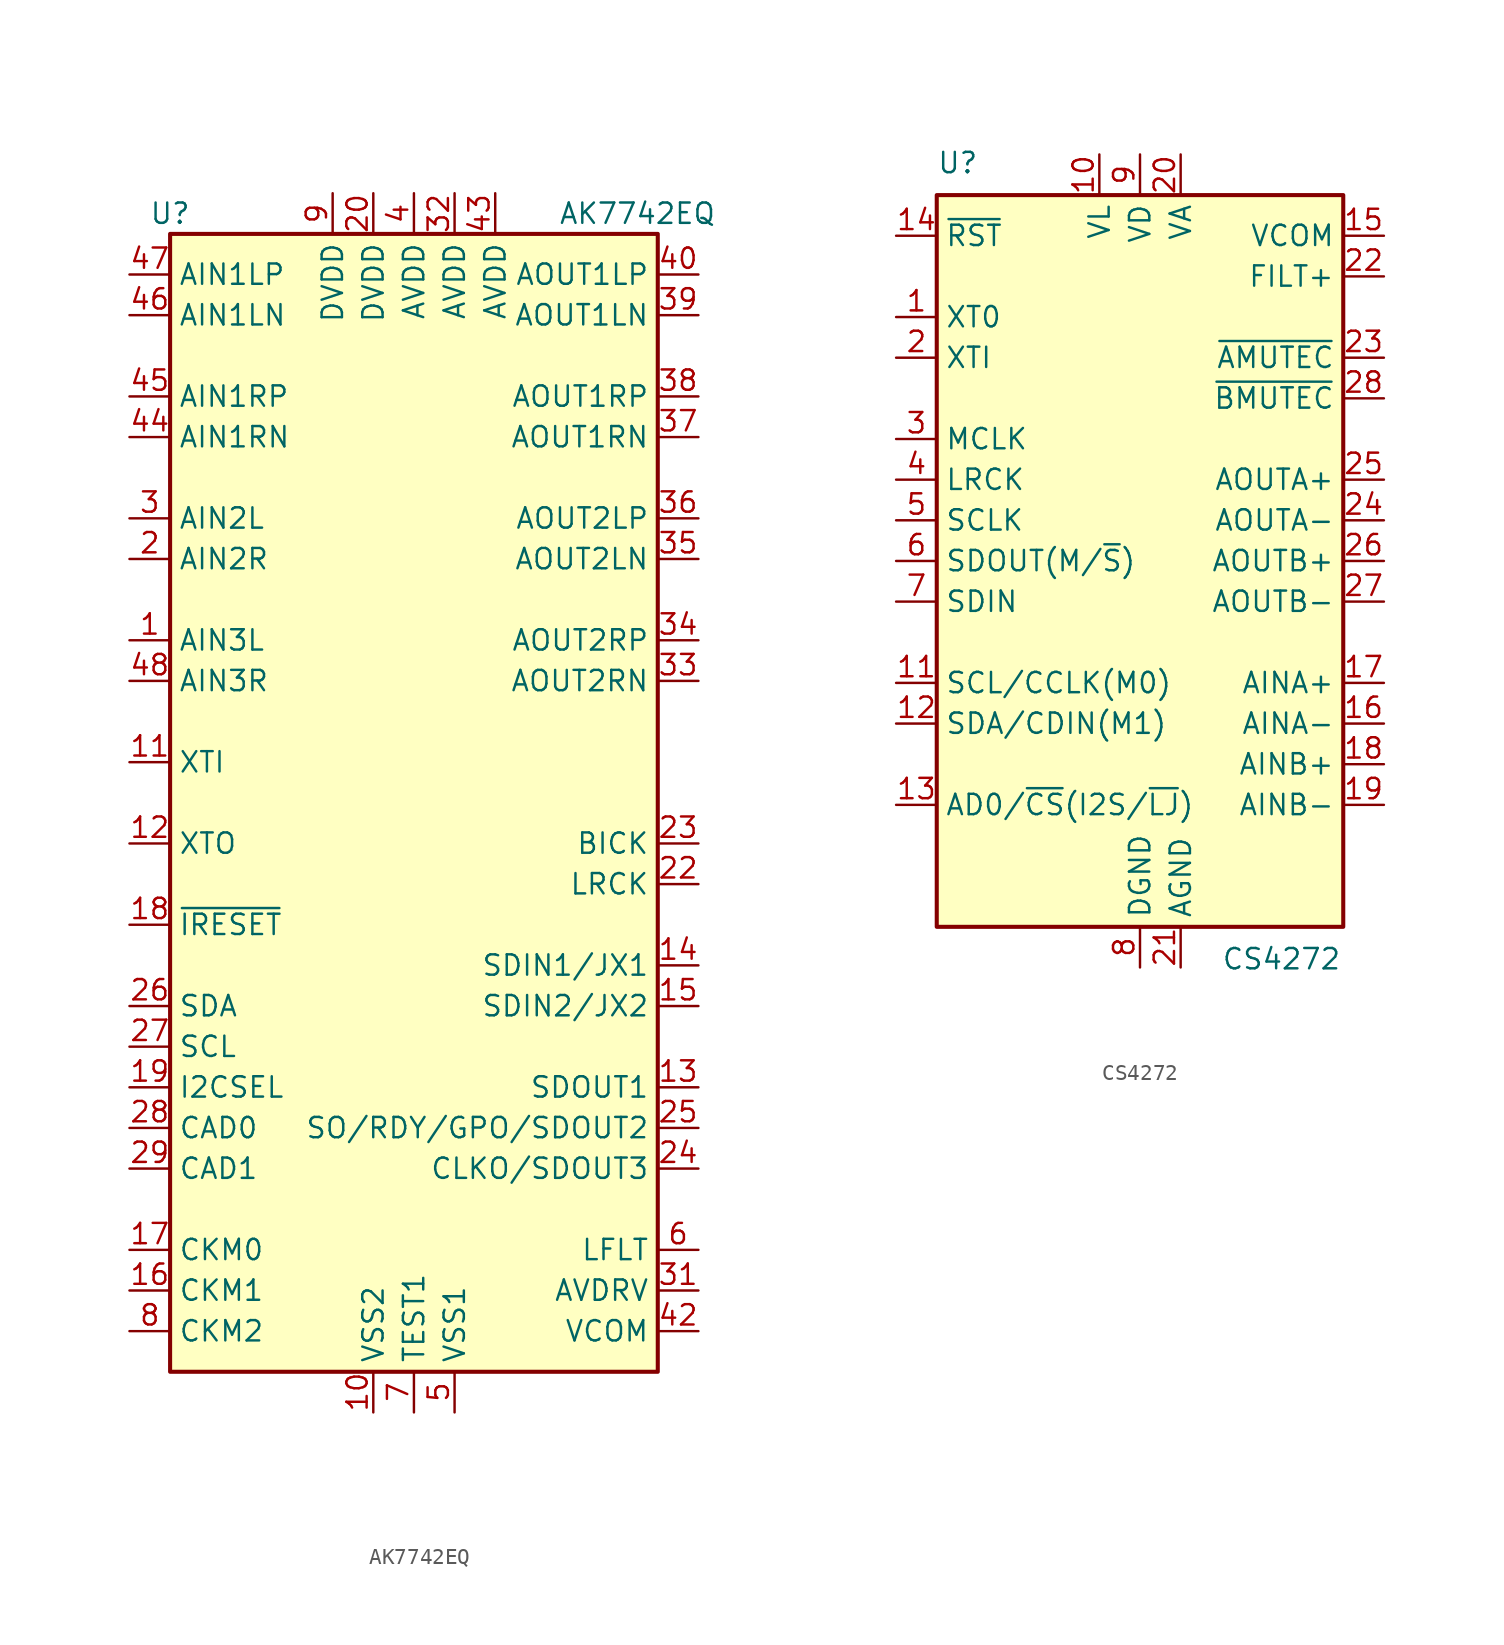
<source format=kicad_sym>
(kicad_symbol_lib
  (version 20201005)
  (generator kicad_symbol_editor)
  (symbol "AK7742EQ"
    (property "Reference" "U"
      (at -15.24 36.83 0)
      (effects (font (size 1.27 1.27))))
    (property "Value" "AK7742EQ"
      (at 13.97 36.83 0)
      (effects (font (size 1.27 1.27))))
    (symbol "AK7742EQ_0_1"
      (rectangle (start -15.24 35.56) (end 15.24 -35.56) (stroke (width 0.254)) (fill (type background))))
    (symbol "AK7742EQ_1_1"
      (pin input line (at -17.78 10.16 0) (length 2.54) (name "AIN3L" (effects (font (size 1.27 1.27)))) (number "1" (effects (font (size 1.27 1.27)))))
      (pin power_in line (at -2.54 -38.1 90) (length 2.54) (name "VSS2" (effects (font (size 1.27 1.27)))) (number "10" (effects (font (size 1.27 1.27)))))
      (pin input line (at -17.78 2.54 0) (length 2.54) (name "XTI" (effects (font (size 1.27 1.27)))) (number "11" (effects (font (size 1.27 1.27)))))
      (pin output line (at -17.78 -2.54 0) (length 2.54) (name "XTO" (effects (font (size 1.27 1.27)))) (number "12" (effects (font (size 1.27 1.27)))))
      (pin output line (at 17.78 -17.78 180) (length 2.54) (name "SDOUT1" (effects (font (size 1.27 1.27)))) (number "13" (effects (font (size 1.27 1.27)))))
      (pin input line (at 17.78 -10.16 180) (length 2.54) (name "SDIN1/JX1" (effects (font (size 1.27 1.27)))) (number "14" (effects (font (size 1.27 1.27)))))
      (pin input line (at 17.78 -12.7 180) (length 2.54) (name "SDIN2/JX2" (effects (font (size 1.27 1.27)))) (number "15" (effects (font (size 1.27 1.27)))))
      (pin input line (at -17.78 -30.48 0) (length 2.54) (name "CKM1" (effects (font (size 1.27 1.27)))) (number "16" (effects (font (size 1.27 1.27)))))
      (pin input line (at -17.78 -27.94 0) (length 2.54) (name "CKM0" (effects (font (size 1.27 1.27)))) (number "17" (effects (font (size 1.27 1.27)))))
      (pin input line (at -17.78 -7.62 0) (length 2.54) (name "~IRESET" (effects (font (size 1.27 1.27)))) (number "18" (effects (font (size 1.27 1.27)))))
      (pin input line (at -17.78 -17.78 0) (length 2.54) (name "I2CSEL" (effects (font (size 1.27 1.27)))) (number "19" (effects (font (size 1.27 1.27)))))
      (pin input line (at -17.78 15.24 0) (length 2.54) (name "AIN2R" (effects (font (size 1.27 1.27)))) (number "2" (effects (font (size 1.27 1.27)))))
      (pin power_in line (at -2.54 38.1 270) (length 2.54) (name "DVDD" (effects (font (size 1.27 1.27)))) (number "20" (effects (font (size 1.27 1.27)))))
      (pin passive line (at -2.54 -38.1 90) (length 2.54) hide (name "VSS2" (effects (font (size 1.27 1.27)))) (number "21" (effects (font (size 1.27 1.27)))))
      (pin bidirectional line (at 17.78 -5.08 180) (length 2.54) (name "LRCK" (effects (font (size 1.27 1.27)))) (number "22" (effects (font (size 1.27 1.27)))))
      (pin bidirectional line (at 17.78 -2.54 180) (length 2.54) (name "BICK" (effects (font (size 1.27 1.27)))) (number "23" (effects (font (size 1.27 1.27)))))
      (pin output line (at 17.78 -22.86 180) (length 2.54) (name "CLKO/SDOUT3" (effects (font (size 1.27 1.27)))) (number "24" (effects (font (size 1.27 1.27)))))
      (pin output line (at 17.78 -20.32 180) (length 2.54) (name "SO/RDY/GPO/SDOUT2" (effects (font (size 1.27 1.27)))) (number "25" (effects (font (size 1.27 1.27)))))
      (pin bidirectional line (at -17.78 -12.7 0) (length 2.54) (name "SDA" (effects (font (size 1.27 1.27)))) (number "26" (effects (font (size 1.27 1.27)))))
      (pin input line (at -17.78 -15.24 0) (length 2.54) (name "SCL" (effects (font (size 1.27 1.27)))) (number "27" (effects (font (size 1.27 1.27)))))
      (pin input line (at -17.78 -20.32 0) (length 2.54) (name "CAD0" (effects (font (size 1.27 1.27)))) (number "28" (effects (font (size 1.27 1.27)))))
      (pin input line (at -17.78 -22.86 0) (length 2.54) (name "CAD1" (effects (font (size 1.27 1.27)))) (number "29" (effects (font (size 1.27 1.27)))))
      (pin input line (at -17.78 17.78 0) (length 2.54) (name "AIN2L" (effects (font (size 1.27 1.27)))) (number "3" (effects (font (size 1.27 1.27)))))
      (pin passive line (at 2.54 -38.1 90) (length 2.54) hide (name "VSS1" (effects (font (size 1.27 1.27)))) (number "30" (effects (font (size 1.27 1.27)))))
      (pin passive line (at 17.78 -30.48 180) (length 2.54) (name "AVDRV" (effects (font (size 1.27 1.27)))) (number "31" (effects (font (size 1.27 1.27)))))
      (pin power_in line (at 2.54 38.1 270) (length 2.54) (name "AVDD" (effects (font (size 1.27 1.27)))) (number "32" (effects (font (size 1.27 1.27)))))
      (pin output line (at 17.78 7.62 180) (length 2.54) (name "AOUT2RN" (effects (font (size 1.27 1.27)))) (number "33" (effects (font (size 1.27 1.27)))))
      (pin output line (at 17.78 10.16 180) (length 2.54) (name "AOUT2RP" (effects (font (size 1.27 1.27)))) (number "34" (effects (font (size 1.27 1.27)))))
      (pin output line (at 17.78 15.24 180) (length 2.54) (name "AOUT2LN" (effects (font (size 1.27 1.27)))) (number "35" (effects (font (size 1.27 1.27)))))
      (pin output line (at 17.78 17.78 180) (length 2.54) (name "AOUT2LP" (effects (font (size 1.27 1.27)))) (number "36" (effects (font (size 1.27 1.27)))))
      (pin output line (at 17.78 22.86 180) (length 2.54) (name "AOUT1RN" (effects (font (size 1.27 1.27)))) (number "37" (effects (font (size 1.27 1.27)))))
      (pin output line (at 17.78 25.4 180) (length 2.54) (name "AOUT1RP" (effects (font (size 1.27 1.27)))) (number "38" (effects (font (size 1.27 1.27)))))
      (pin output line (at 17.78 30.48 180) (length 2.54) (name "AOUT1LN" (effects (font (size 1.27 1.27)))) (number "39" (effects (font (size 1.27 1.27)))))
      (pin power_in line (at 0 38.1 270) (length 2.54) (name "AVDD" (effects (font (size 1.27 1.27)))) (number "4" (effects (font (size 1.27 1.27)))))
      (pin output line (at 17.78 33.02 180) (length 2.54) (name "AOUT1LP" (effects (font (size 1.27 1.27)))) (number "40" (effects (font (size 1.27 1.27)))))
      (pin passive line (at 2.54 -38.1 90) (length 2.54) hide (name "VSS1" (effects (font (size 1.27 1.27)))) (number "41" (effects (font (size 1.27 1.27)))))
      (pin passive line (at 17.78 -33.02 180) (length 2.54) (name "VCOM" (effects (font (size 1.27 1.27)))) (number "42" (effects (font (size 1.27 1.27)))))
      (pin power_in line (at 5.08 38.1 270) (length 2.54) (name "AVDD" (effects (font (size 1.27 1.27)))) (number "43" (effects (font (size 1.27 1.27)))))
      (pin input line (at -17.78 22.86 0) (length 2.54) (name "AIN1RN" (effects (font (size 1.27 1.27)))) (number "44" (effects (font (size 1.27 1.27)))))
      (pin input line (at -17.78 25.4 0) (length 2.54) (name "AIN1RP" (effects (font (size 1.27 1.27)))) (number "45" (effects (font (size 1.27 1.27)))))
      (pin input line (at -17.78 30.48 0) (length 2.54) (name "AIN1LN" (effects (font (size 1.27 1.27)))) (number "46" (effects (font (size 1.27 1.27)))))
      (pin input line (at -17.78 33.02 0) (length 2.54) (name "AIN1LP" (effects (font (size 1.27 1.27)))) (number "47" (effects (font (size 1.27 1.27)))))
      (pin input line (at -17.78 7.62 0) (length 2.54) (name "AIN3R" (effects (font (size 1.27 1.27)))) (number "48" (effects (font (size 1.27 1.27)))))
      (pin power_in line (at 2.54 -38.1 90) (length 2.54) (name "VSS1" (effects (font (size 1.27 1.27)))) (number "5" (effects (font (size 1.27 1.27)))))
      (pin passive line (at 17.78 -27.94 180) (length 2.54) (name "LFLT" (effects (font (size 1.27 1.27)))) (number "6" (effects (font (size 1.27 1.27)))))
      (pin passive line (at 0 -38.1 90) (length 2.54) (name "TEST1" (effects (font (size 1.27 1.27)))) (number "7" (effects (font (size 1.27 1.27)))))
      (pin input line (at -17.78 -33.02 0) (length 2.54) (name "CKM2" (effects (font (size 1.27 1.27)))) (number "8" (effects (font (size 1.27 1.27)))))
      (pin power_in line (at -5.08 38.1 270) (length 2.54) (name "DVDD" (effects (font (size 1.27 1.27)))) (number "9" (effects (font (size 1.27 1.27)))))))
  (symbol "CS4272"
    (property "Reference" "U"
      (at -12.7 24.13 0)
      (effects (font (size 1.27 1.27)) (justify left bottom)))
    (property "Value" "CS4272"
      (at 5.08 -24.13 0)
      (effects (font (size 1.27 1.27)) (justify left top)))
    (symbol "CS4272_0_1"
      (rectangle (start -12.7 22.86) (end 12.7 -22.86) (stroke (width 0.254)) (fill (type background))))
    (symbol "CS4272_1_1"
      (pin output line (at -15.24 15.24 0) (length 2.54) (name "XT0" (effects (font (size 1.27 1.27)))) (number "1" (effects (font (size 1.27 1.27)))))
      (pin power_in line (at -2.54 25.4 270) (length 2.54) (name "VL" (effects (font (size 1.27 1.27)))) (number "10" (effects (font (size 1.27 1.27)))))
      (pin input line (at -15.24 -7.62 0) (length 2.54) (name "SCL/CCLK(M0)" (effects (font (size 1.27 1.27)))) (number "11" (effects (font (size 1.27 1.27)))))
      (pin bidirectional line (at -15.24 -10.16 0) (length 2.54) (name "SDA/CDIN(M1)" (effects (font (size 1.27 1.27)))) (number "12" (effects (font (size 1.27 1.27)))))
      (pin input line (at -15.24 -15.24 0) (length 2.54) (name "AD0/~CS~(I2S/~LJ~)" (effects (font (size 1.27 1.27)))) (number "13" (effects (font (size 1.27 1.27)))))
      (pin input line (at -15.24 20.32 0) (length 2.54) (name "~RST" (effects (font (size 1.27 1.27)))) (number "14" (effects (font (size 1.27 1.27)))))
      (pin output line (at 15.24 20.32 180) (length 2.54) (name "VCOM" (effects (font (size 1.27 1.27)))) (number "15" (effects (font (size 1.27 1.27)))))
      (pin input line (at 15.24 -10.16 180) (length 2.54) (name "AINA-" (effects (font (size 1.27 1.27)))) (number "16" (effects (font (size 1.27 1.27)))))
      (pin input line (at 15.24 -7.62 180) (length 2.54) (name "AINA+" (effects (font (size 1.27 1.27)))) (number "17" (effects (font (size 1.27 1.27)))))
      (pin input line (at 15.24 -12.7 180) (length 2.54) (name "AINB+" (effects (font (size 1.27 1.27)))) (number "18" (effects (font (size 1.27 1.27)))))
      (pin input line (at 15.24 -15.24 180) (length 2.54) (name "AINB-" (effects (font (size 1.27 1.27)))) (number "19" (effects (font (size 1.27 1.27)))))
      (pin input line (at -15.24 12.7 0) (length 2.54) (name "XTI" (effects (font (size 1.27 1.27)))) (number "2" (effects (font (size 1.27 1.27)))))
      (pin power_in line (at 2.54 25.4 270) (length 2.54) (name "VA" (effects (font (size 1.27 1.27)))) (number "20" (effects (font (size 1.27 1.27)))))
      (pin power_in line (at 2.54 -25.4 90) (length 2.54) (name "AGND" (effects (font (size 1.27 1.27)))) (number "21" (effects (font (size 1.27 1.27)))))
      (pin output line (at 15.24 17.78 180) (length 2.54) (name "FILT+" (effects (font (size 1.27 1.27)))) (number "22" (effects (font (size 1.27 1.27)))))
      (pin output line (at 15.24 12.7 180) (length 2.54) (name "~AMUTEC" (effects (font (size 1.27 1.27)))) (number "23" (effects (font (size 1.27 1.27)))))
      (pin output line (at 15.24 2.54 180) (length 2.54) (name "AOUTA-" (effects (font (size 1.27 1.27)))) (number "24" (effects (font (size 1.27 1.27)))))
      (pin output line (at 15.24 5.08 180) (length 2.54) (name "AOUTA+" (effects (font (size 1.27 1.27)))) (number "25" (effects (font (size 1.27 1.27)))))
      (pin output line (at 15.24 0 180) (length 2.54) (name "AOUTB+" (effects (font (size 1.27 1.27)))) (number "26" (effects (font (size 1.27 1.27)))))
      (pin output line (at 15.24 -2.54 180) (length 2.54) (name "AOUTB-" (effects (font (size 1.27 1.27)))) (number "27" (effects (font (size 1.27 1.27)))))
      (pin output line (at 15.24 10.16 180) (length 2.54) (name "~BMUTEC" (effects (font (size 1.27 1.27)))) (number "28" (effects (font (size 1.27 1.27)))))
      (pin bidirectional line (at -15.24 7.62 0) (length 2.54) (name "MCLK" (effects (font (size 1.27 1.27)))) (number "3" (effects (font (size 1.27 1.27)))))
      (pin bidirectional line (at -15.24 5.08 0) (length 2.54) (name "LRCK" (effects (font (size 1.27 1.27)))) (number "4" (effects (font (size 1.27 1.27)))))
      (pin bidirectional line (at -15.24 2.54 0) (length 2.54) (name "SCLK" (effects (font (size 1.27 1.27)))) (number "5" (effects (font (size 1.27 1.27)))))
      (pin output line (at -15.24 0 0) (length 2.54) (name "SDOUT(M/~S~)" (effects (font (size 1.27 1.27)))) (number "6" (effects (font (size 1.27 1.27)))))
      (pin input line (at -15.24 -2.54 0) (length 2.54) (name "SDIN" (effects (font (size 1.27 1.27)))) (number "7" (effects (font (size 1.27 1.27)))))
      (pin power_in line (at 0 -25.4 90) (length 2.54) (name "DGND" (effects (font (size 1.27 1.27)))) (number "8" (effects (font (size 1.27 1.27)))))
      (pin power_in line (at 0 25.4 270) (length 2.54) (name "VD" (effects (font (size 1.27 1.27)))) (number "9" (effects (font (size 1.27 1.27))))))))
</source>
